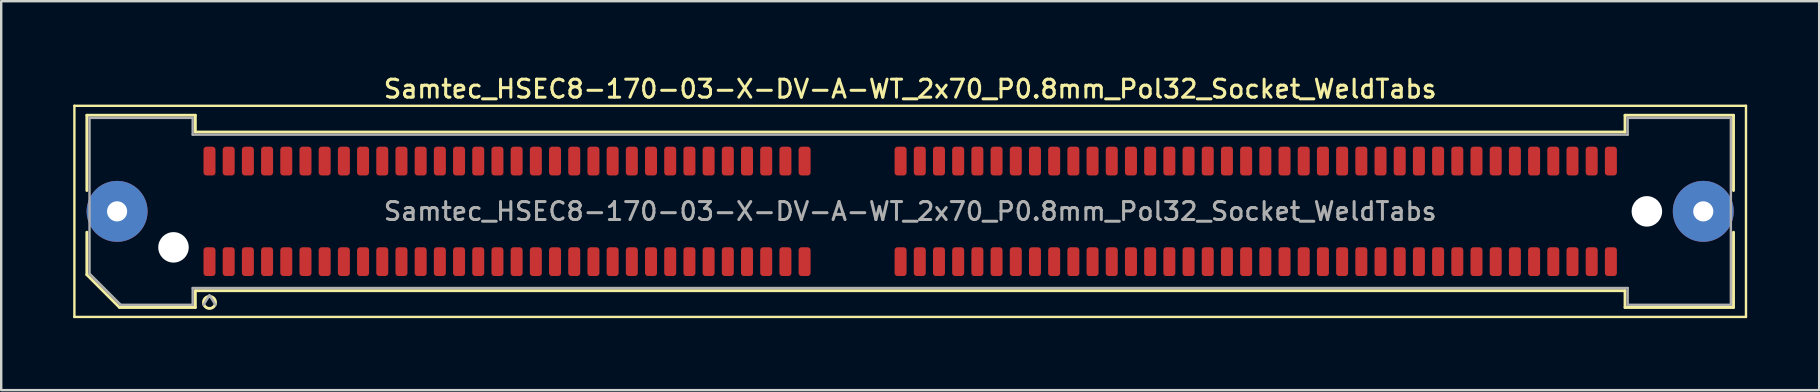
<source format=kicad_pcb>
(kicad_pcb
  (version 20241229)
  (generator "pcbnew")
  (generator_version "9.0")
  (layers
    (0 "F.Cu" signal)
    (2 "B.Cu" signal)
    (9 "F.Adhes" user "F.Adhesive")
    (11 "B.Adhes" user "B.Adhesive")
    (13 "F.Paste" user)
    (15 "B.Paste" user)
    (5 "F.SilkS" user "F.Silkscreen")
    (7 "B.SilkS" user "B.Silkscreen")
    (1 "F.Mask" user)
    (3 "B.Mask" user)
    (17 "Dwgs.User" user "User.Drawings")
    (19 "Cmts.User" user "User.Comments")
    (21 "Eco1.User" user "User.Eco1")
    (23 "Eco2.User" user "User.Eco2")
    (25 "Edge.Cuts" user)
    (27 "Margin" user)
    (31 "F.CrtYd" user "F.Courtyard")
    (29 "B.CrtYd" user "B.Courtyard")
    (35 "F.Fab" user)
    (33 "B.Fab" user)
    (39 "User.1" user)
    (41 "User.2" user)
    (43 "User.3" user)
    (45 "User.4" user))
  (footprint "Samtec_HSEC8-170-03-X-DV-A-WT_2x70_P0.8mm_Pol32_Socket_WeldTabs"
    (layer "F.Cu")
    (at 34.88 5.758)
    (property "Reference" "Samtec_HSEC8-170-03-X-DV-A-WT_2x70_P0.8mm_Pol32_Socket_WeldTabs" (at 0 -5.1 0) (layer "F.SilkS") (effects (font (size 0.75 0.75) (thickness 0.125))))
    (attr smd)
    (fp_line (start -34.83 -4.4) (end -34.83 4.4) (stroke (width 0.1) (type solid)) (layer "F.SilkS"))
    (fp_line (start -34.83 4.4) (end 34.83 4.4) (stroke (width 0.1) (type solid)) (layer "F.SilkS"))
    (fp_line (start -34.31 -4.005) (end -29.79 -4.005) (stroke (width 0.12) (type solid)) (layer "F.SilkS"))
    (fp_line (start -34.31 -0.868) (end -34.31 -4.005) (stroke (width 0.12) (type solid)) (layer "F.SilkS"))
    (fp_line (start -34.31 2.641) (end -34.31 0.868) (stroke (width 0.12) (type solid)) (layer "F.SilkS"))
    (fp_line (start -32.946 4.005) (end -34.31 2.641) (stroke (width 0.12) (type solid)) (layer "F.SilkS"))
    (fp_line (start -29.79 -4.005) (end -29.79 -3.305) (stroke (width 0.12) (type solid)) (layer "F.SilkS"))
    (fp_line (start -29.79 -3.305) (end 29.79 -3.305) (stroke (width 0.12) (type solid)) (layer "F.SilkS"))
    (fp_line (start -29.79 3.305) (end -29.79 4.005) (stroke (width 0.12) (type solid)) (layer "F.SilkS"))
    (fp_line (start -29.79 4.005) (end -32.946 4.005) (stroke (width 0.12) (type solid)) (layer "F.SilkS"))
    (fp_line (start 29.79 -4.005) (end 34.31 -4.005) (stroke (width 0.12) (type solid)) (layer "F.SilkS"))
    (fp_line (start 29.79 -3.305) (end 29.79 -4.005) (stroke (width 0.12) (type solid)) (layer "F.SilkS"))
    (fp_line (start 29.79 3.305) (end -29.79 3.305) (stroke (width 0.12) (type solid)) (layer "F.SilkS"))
    (fp_line (start 29.79 4.005) (end 29.79 3.305) (stroke (width 0.12) (type solid)) (layer "F.SilkS"))
    (fp_line (start 34.31 -4.005) (end 34.31 -0.868) (stroke (width 0.12) (type solid)) (layer "F.SilkS"))
    (fp_line (start 34.31 0.868) (end 34.31 4.005) (stroke (width 0.12) (type solid)) (layer "F.SilkS"))
    (fp_line (start 34.31 4.005) (end 29.79 4.005) (stroke (width 0.12) (type solid)) (layer "F.SilkS"))
    (fp_line (start 34.83 -4.4) (end -34.83 -4.4) (stroke (width 0.1) (type solid)) (layer "F.SilkS"))
    (fp_line (start 34.83 4.4) (end 34.83 -4.4) (stroke (width 0.1) (type solid)) (layer "F.SilkS"))
    (fp_arc (start -28.95 3.795) (mid -29.45 3.795) (end -28.95 3.795) (stroke (width 0.12) (type solid)) (layer "F.SilkS"))
    (fp_line (start -34.2 -3.895) (end -29.9 -3.895) (stroke (width 0.1) (type solid)) (layer "F.Fab"))
    (fp_line (start -34.2 2.595) (end -34.2 -3.895) (stroke (width 0.1) (type solid)) (layer "F.Fab"))
    (fp_line (start -32.9 3.895) (end -34.2 2.595) (stroke (width 0.1) (type solid)) (layer "F.Fab"))
    (fp_line (start -29.9 -3.895) (end -29.9 -3.195) (stroke (width 0.1) (type solid)) (layer "F.Fab"))
    (fp_line (start -29.9 -3.195) (end 29.9 -3.195) (stroke (width 0.1) (type solid)) (layer "F.Fab"))
    (fp_line (start -29.9 3.195) (end -29.9 3.895) (stroke (width 0.1) (type solid)) (layer "F.Fab"))
    (fp_line (start -29.9 3.895) (end -32.9 3.895) (stroke (width 0.1) (type solid)) (layer "F.Fab"))
    (fp_line (start -29.2 3.495) (end -29.45 3.895) (stroke (width 0.1) (type solid)) (layer "F.Fab"))
    (fp_line (start -29.2 3.495) (end -28.95 3.895) (stroke (width 0.1) (type solid)) (layer "F.Fab"))
    (fp_line (start 29.9 -3.895) (end 34.2 -3.895) (stroke (width 0.1) (type solid)) (layer "F.Fab"))
    (fp_line (start 29.9 -3.195) (end 29.9 -3.895) (stroke (width 0.1) (type solid)) (layer "F.Fab"))
    (fp_line (start 29.9 3.195) (end -29.9 3.195) (stroke (width 0.1) (type solid)) (layer "F.Fab"))
    (fp_line (start 29.9 3.895) (end 29.9 3.195) (stroke (width 0.1) (type solid)) (layer "F.Fab"))
    (fp_line (start 34.2 -3.895) (end 34.2 3.895) (stroke (width 0.1) (type solid)) (layer "F.Fab"))
    (fp_line (start 34.2 3.895) (end 29.9 3.895) (stroke (width 0.1) (type solid)) (layer "F.Fab"))
    (fp_text user "${REFERENCE}" (at 0 0 0) (layer "F.Fab") (effects (font (size 0.75 0.75) (thickness 0.125))))
    (pad "" thru_hole circle (at -33.05 0) (size 2.54 2.54) (drill 0.84) (layers "*.Cu" "*.Mask" "F.Paste"))
    (pad "" np_thru_hole circle (at -30.7 1.5) (size 1.27 1.27) (drill 1.27) (layers "*.Cu" "*.Mask"))
    (pad "" np_thru_hole circle (at 30.7 0) (size 1.27 1.27) (drill 1.27) (layers "*.Cu" "*.Mask"))
    (pad "" thru_hole circle (at 33.05 0) (size 2.54 2.54) (drill 0.84) (layers "*.Cu" "*.Mask" "F.Paste"))
    (pad "1" smd roundrect (at -29.2 2.095) (size 0.5 1.2) (layers "F.Cu" "F.Mask" "F.Paste") (roundrect_rratio 0.25))
    (pad "2" smd roundrect (at -29.2 -2.095) (size 0.5 1.2) (layers "F.Cu" "F.Mask" "F.Paste") (roundrect_rratio 0.25))
    (pad "3" smd roundrect (at -28.4 2.095) (size 0.5 1.2) (layers "F.Cu" "F.Mask" "F.Paste") (roundrect_rratio 0.25))
    (pad "4" smd roundrect (at -28.4 -2.095) (size 0.5 1.2) (layers "F.Cu" "F.Mask" "F.Paste") (roundrect_rratio 0.25))
    (pad "5" smd roundrect (at -27.6 2.095) (size 0.5 1.2) (layers "F.Cu" "F.Mask" "F.Paste") (roundrect_rratio 0.25))
    (pad "6" smd roundrect (at -27.6 -2.095) (size 0.5 1.2) (layers "F.Cu" "F.Mask" "F.Paste") (roundrect_rratio 0.25))
    (pad "7" smd roundrect (at -26.8 2.095) (size 0.5 1.2) (layers "F.Cu" "F.Mask" "F.Paste") (roundrect_rratio 0.25))
    (pad "8" smd roundrect (at -26.8 -2.095) (size 0.5 1.2) (layers "F.Cu" "F.Mask" "F.Paste") (roundrect_rratio 0.25))
    (pad "9" smd roundrect (at -26 2.095) (size 0.5 1.2) (layers "F.Cu" "F.Mask" "F.Paste") (roundrect_rratio 0.25))
    (pad "10" smd roundrect (at -26 -2.095) (size 0.5 1.2) (layers "F.Cu" "F.Mask" "F.Paste") (roundrect_rratio 0.25))
    (pad "11" smd roundrect (at -25.2 2.095) (size 0.5 1.2) (layers "F.Cu" "F.Mask" "F.Paste") (roundrect_rratio 0.25))
    (pad "12" smd roundrect (at -25.2 -2.095) (size 0.5 1.2) (layers "F.Cu" "F.Mask" "F.Paste") (roundrect_rratio 0.25))
    (pad "13" smd roundrect (at -24.4 2.095) (size 0.5 1.2) (layers "F.Cu" "F.Mask" "F.Paste") (roundrect_rratio 0.25))
    (pad "14" smd roundrect (at -24.4 -2.095) (size 0.5 1.2) (layers "F.Cu" "F.Mask" "F.Paste") (roundrect_rratio 0.25))
    (pad "15" smd roundrect (at -23.6 2.095) (size 0.5 1.2) (layers "F.Cu" "F.Mask" "F.Paste") (roundrect_rratio 0.25))
    (pad "16" smd roundrect (at -23.6 -2.095) (size 0.5 1.2) (layers "F.Cu" "F.Mask" "F.Paste") (roundrect_rratio 0.25))
    (pad "17" smd roundrect (at -22.8 2.095) (size 0.5 1.2) (layers "F.Cu" "F.Mask" "F.Paste") (roundrect_rratio 0.25))
    (pad "18" smd roundrect (at -22.8 -2.095) (size 0.5 1.2) (layers "F.Cu" "F.Mask" "F.Paste") (roundrect_rratio 0.25))
    (pad "19" smd roundrect (at -22 2.095) (size 0.5 1.2) (layers "F.Cu" "F.Mask" "F.Paste") (roundrect_rratio 0.25))
    (pad "20" smd roundrect (at -22 -2.095) (size 0.5 1.2) (layers "F.Cu" "F.Mask" "F.Paste") (roundrect_rratio 0.25))
    (pad "21" smd roundrect (at -21.2 2.095) (size 0.5 1.2) (layers "F.Cu" "F.Mask" "F.Paste") (roundrect_rratio 0.25))
    (pad "22" smd roundrect (at -21.2 -2.095) (size 0.5 1.2) (layers "F.Cu" "F.Mask" "F.Paste") (roundrect_rratio 0.25))
    (pad "23" smd roundrect (at -20.4 2.095) (size 0.5 1.2) (layers "F.Cu" "F.Mask" "F.Paste") (roundrect_rratio 0.25))
    (pad "24" smd roundrect (at -20.4 -2.095) (size 0.5 1.2) (layers "F.Cu" "F.Mask" "F.Paste") (roundrect_rratio 0.25))
    (pad "25" smd roundrect (at -19.6 2.095) (size 0.5 1.2) (layers "F.Cu" "F.Mask" "F.Paste") (roundrect_rratio 0.25))
    (pad "26" smd roundrect (at -19.6 -2.095) (size 0.5 1.2) (layers "F.Cu" "F.Mask" "F.Paste") (roundrect_rratio 0.25))
    (pad "27" smd roundrect (at -18.8 2.095) (size 0.5 1.2) (layers "F.Cu" "F.Mask" "F.Paste") (roundrect_rratio 0.25))
    (pad "28" smd roundrect (at -18.8 -2.095) (size 0.5 1.2) (layers "F.Cu" "F.Mask" "F.Paste") (roundrect_rratio 0.25))
    (pad "29" smd roundrect (at -18 2.095) (size 0.5 1.2) (layers "F.Cu" "F.Mask" "F.Paste") (roundrect_rratio 0.25))
    (pad "30" smd roundrect (at -18 -2.095) (size 0.5 1.2) (layers "F.Cu" "F.Mask" "F.Paste") (roundrect_rratio 0.25))
    (pad "31" smd roundrect (at -17.2 2.095) (size 0.5 1.2) (layers "F.Cu" "F.Mask" "F.Paste") (roundrect_rratio 0.25))
    (pad "32" smd roundrect (at -17.2 -2.095) (size 0.5 1.2) (layers "F.Cu" "F.Mask" "F.Paste") (roundrect_rratio 0.25))
    (pad "33" smd roundrect (at -16.4 2.095) (size 0.5 1.2) (layers "F.Cu" "F.Mask" "F.Paste") (roundrect_rratio 0.25))
    (pad "34" smd roundrect (at -16.4 -2.095) (size 0.5 1.2) (layers "F.Cu" "F.Mask" "F.Paste") (roundrect_rratio 0.25))
    (pad "35" smd roundrect (at -15.6 2.095) (size 0.5 1.2) (layers "F.Cu" "F.Mask" "F.Paste") (roundrect_rratio 0.25))
    (pad "36" smd roundrect (at -15.6 -2.095) (size 0.5 1.2) (layers "F.Cu" "F.Mask" "F.Paste") (roundrect_rratio 0.25))
    (pad "37" smd roundrect (at -14.8 2.095) (size 0.5 1.2) (layers "F.Cu" "F.Mask" "F.Paste") (roundrect_rratio 0.25))
    (pad "38" smd roundrect (at -14.8 -2.095) (size 0.5 1.2) (layers "F.Cu" "F.Mask" "F.Paste") (roundrect_rratio 0.25))
    (pad "39" smd roundrect (at -14 2.095) (size 0.5 1.2) (layers "F.Cu" "F.Mask" "F.Paste") (roundrect_rratio 0.25))
    (pad "40" smd roundrect (at -14 -2.095) (size 0.5 1.2) (layers "F.Cu" "F.Mask" "F.Paste") (roundrect_rratio 0.25))
    (pad "41" smd roundrect (at -13.2 2.095) (size 0.5 1.2) (layers "F.Cu" "F.Mask" "F.Paste") (roundrect_rratio 0.25))
    (pad "42" smd roundrect (at -13.2 -2.095) (size 0.5 1.2) (layers "F.Cu" "F.Mask" "F.Paste") (roundrect_rratio 0.25))
    (pad "43" smd roundrect (at -12.4 2.095) (size 0.5 1.2) (layers "F.Cu" "F.Mask" "F.Paste") (roundrect_rratio 0.25))
    (pad "44" smd roundrect (at -12.4 -2.095) (size 0.5 1.2) (layers "F.Cu" "F.Mask" "F.Paste") (roundrect_rratio 0.25))
    (pad "45" smd roundrect (at -11.6 2.095) (size 0.5 1.2) (layers "F.Cu" "F.Mask" "F.Paste") (roundrect_rratio 0.25))
    (pad "46" smd roundrect (at -11.6 -2.095) (size 0.5 1.2) (layers "F.Cu" "F.Mask" "F.Paste") (roundrect_rratio 0.25))
    (pad "47" smd roundrect (at -10.8 2.095) (size 0.5 1.2) (layers "F.Cu" "F.Mask" "F.Paste") (roundrect_rratio 0.25))
    (pad "48" smd roundrect (at -10.8 -2.095) (size 0.5 1.2) (layers "F.Cu" "F.Mask" "F.Paste") (roundrect_rratio 0.25))
    (pad "49" smd roundrect (at -10 2.095) (size 0.5 1.2) (layers "F.Cu" "F.Mask" "F.Paste") (roundrect_rratio 0.25))
    (pad "50" smd roundrect (at -10 -2.095) (size 0.5 1.2) (layers "F.Cu" "F.Mask" "F.Paste") (roundrect_rratio 0.25))
    (pad "51" smd roundrect (at -9.2 2.095) (size 0.5 1.2) (layers "F.Cu" "F.Mask" "F.Paste") (roundrect_rratio 0.25))
    (pad "52" smd roundrect (at -9.2 -2.095) (size 0.5 1.2) (layers "F.Cu" "F.Mask" "F.Paste") (roundrect_rratio 0.25))
    (pad "53" smd roundrect (at -8.4 2.095) (size 0.5 1.2) (layers "F.Cu" "F.Mask" "F.Paste") (roundrect_rratio 0.25))
    (pad "54" smd roundrect (at -8.4 -2.095) (size 0.5 1.2) (layers "F.Cu" "F.Mask" "F.Paste") (roundrect_rratio 0.25))
    (pad "55" smd roundrect (at -7.6 2.095) (size 0.5 1.2) (layers "F.Cu" "F.Mask" "F.Paste") (roundrect_rratio 0.25))
    (pad "56" smd roundrect (at -7.6 -2.095) (size 0.5 1.2) (layers "F.Cu" "F.Mask" "F.Paste") (roundrect_rratio 0.25))
    (pad "57" smd roundrect (at -6.8 2.095) (size 0.5 1.2) (layers "F.Cu" "F.Mask" "F.Paste") (roundrect_rratio 0.25))
    (pad "58" smd roundrect (at -6.8 -2.095) (size 0.5 1.2) (layers "F.Cu" "F.Mask" "F.Paste") (roundrect_rratio 0.25))
    (pad "59" smd roundrect (at -6 2.095) (size 0.5 1.2) (layers "F.Cu" "F.Mask" "F.Paste") (roundrect_rratio 0.25))
    (pad "60" smd roundrect (at -6 -2.095) (size 0.5 1.2) (layers "F.Cu" "F.Mask" "F.Paste") (roundrect_rratio 0.25))
    (pad "61" smd roundrect (at -5.2 2.095) (size 0.5 1.2) (layers "F.Cu" "F.Mask" "F.Paste") (roundrect_rratio 0.25))
    (pad "62" smd roundrect (at -5.2 -2.095) (size 0.5 1.2) (layers "F.Cu" "F.Mask" "F.Paste") (roundrect_rratio 0.25))
    (pad "63" smd roundrect (at -4.4 2.095) (size 0.5 1.2) (layers "F.Cu" "F.Mask" "F.Paste") (roundrect_rratio 0.25))
    (pad "64" smd roundrect (at -4.4 -2.095) (size 0.5 1.2) (layers "F.Cu" "F.Mask" "F.Paste") (roundrect_rratio 0.25))
    (pad "65" smd roundrect (at -0.4 2.095) (size 0.5 1.2) (layers "F.Cu" "F.Mask" "F.Paste") (roundrect_rratio 0.25))
    (pad "66" smd roundrect (at -0.4 -2.095) (size 0.5 1.2) (layers "F.Cu" "F.Mask" "F.Paste") (roundrect_rratio 0.25))
    (pad "67" smd roundrect (at 0.4 2.095) (size 0.5 1.2) (layers "F.Cu" "F.Mask" "F.Paste") (roundrect_rratio 0.25))
    (pad "68" smd roundrect (at 0.4 -2.095) (size 0.5 1.2) (layers "F.Cu" "F.Mask" "F.Paste") (roundrect_rratio 0.25))
    (pad "69" smd roundrect (at 1.2 2.095) (size 0.5 1.2) (layers "F.Cu" "F.Mask" "F.Paste") (roundrect_rratio 0.25))
    (pad "70" smd roundrect (at 1.2 -2.095) (size 0.5 1.2) (layers "F.Cu" "F.Mask" "F.Paste") (roundrect_rratio 0.25))
    (pad "71" smd roundrect (at 2 2.095) (size 0.5 1.2) (layers "F.Cu" "F.Mask" "F.Paste") (roundrect_rratio 0.25))
    (pad "72" smd roundrect (at 2 -2.095) (size 0.5 1.2) (layers "F.Cu" "F.Mask" "F.Paste") (roundrect_rratio 0.25))
    (pad "73" smd roundrect (at 2.8 2.095) (size 0.5 1.2) (layers "F.Cu" "F.Mask" "F.Paste") (roundrect_rratio 0.25))
    (pad "74" smd roundrect (at 2.8 -2.095) (size 0.5 1.2) (layers "F.Cu" "F.Mask" "F.Paste") (roundrect_rratio 0.25))
    (pad "75" smd roundrect (at 3.6 2.095) (size 0.5 1.2) (layers "F.Cu" "F.Mask" "F.Paste") (roundrect_rratio 0.25))
    (pad "76" smd roundrect (at 3.6 -2.095) (size 0.5 1.2) (layers "F.Cu" "F.Mask" "F.Paste") (roundrect_rratio 0.25))
    (pad "77" smd roundrect (at 4.4 2.095) (size 0.5 1.2) (layers "F.Cu" "F.Mask" "F.Paste") (roundrect_rratio 0.25))
    (pad "78" smd roundrect (at 4.4 -2.095) (size 0.5 1.2) (layers "F.Cu" "F.Mask" "F.Paste") (roundrect_rratio 0.25))
    (pad "79" smd roundrect (at 5.2 2.095) (size 0.5 1.2) (layers "F.Cu" "F.Mask" "F.Paste") (roundrect_rratio 0.25))
    (pad "80" smd roundrect (at 5.2 -2.095) (size 0.5 1.2) (layers "F.Cu" "F.Mask" "F.Paste") (roundrect_rratio 0.25))
    (pad "81" smd roundrect (at 6 2.095) (size 0.5 1.2) (layers "F.Cu" "F.Mask" "F.Paste") (roundrect_rratio 0.25))
    (pad "82" smd roundrect (at 6 -2.095) (size 0.5 1.2) (layers "F.Cu" "F.Mask" "F.Paste") (roundrect_rratio 0.25))
    (pad "83" smd roundrect (at 6.8 2.095) (size 0.5 1.2) (layers "F.Cu" "F.Mask" "F.Paste") (roundrect_rratio 0.25))
    (pad "84" smd roundrect (at 6.8 -2.095) (size 0.5 1.2) (layers "F.Cu" "F.Mask" "F.Paste") (roundrect_rratio 0.25))
    (pad "85" smd roundrect (at 7.6 2.095) (size 0.5 1.2) (layers "F.Cu" "F.Mask" "F.Paste") (roundrect_rratio 0.25))
    (pad "86" smd roundrect (at 7.6 -2.095) (size 0.5 1.2) (layers "F.Cu" "F.Mask" "F.Paste") (roundrect_rratio 0.25))
    (pad "87" smd roundrect (at 8.4 2.095) (size 0.5 1.2) (layers "F.Cu" "F.Mask" "F.Paste") (roundrect_rratio 0.25))
    (pad "88" smd roundrect (at 8.4 -2.095) (size 0.5 1.2) (layers "F.Cu" "F.Mask" "F.Paste") (roundrect_rratio 0.25))
    (pad "89" smd roundrect (at 9.2 2.095) (size 0.5 1.2) (layers "F.Cu" "F.Mask" "F.Paste") (roundrect_rratio 0.25))
    (pad "90" smd roundrect (at 9.2 -2.095) (size 0.5 1.2) (layers "F.Cu" "F.Mask" "F.Paste") (roundrect_rratio 0.25))
    (pad "91" smd roundrect (at 10 2.095) (size 0.5 1.2) (layers "F.Cu" "F.Mask" "F.Paste") (roundrect_rratio 0.25))
    (pad "92" smd roundrect (at 10 -2.095) (size 0.5 1.2) (layers "F.Cu" "F.Mask" "F.Paste") (roundrect_rratio 0.25))
    (pad "93" smd roundrect (at 10.8 2.095) (size 0.5 1.2) (layers "F.Cu" "F.Mask" "F.Paste") (roundrect_rratio 0.25))
    (pad "94" smd roundrect (at 10.8 -2.095) (size 0.5 1.2) (layers "F.Cu" "F.Mask" "F.Paste") (roundrect_rratio 0.25))
    (pad "95" smd roundrect (at 11.6 2.095) (size 0.5 1.2) (layers "F.Cu" "F.Mask" "F.Paste") (roundrect_rratio 0.25))
    (pad "96" smd roundrect (at 11.6 -2.095) (size 0.5 1.2) (layers "F.Cu" "F.Mask" "F.Paste") (roundrect_rratio 0.25))
    (pad "97" smd roundrect (at 12.4 2.095) (size 0.5 1.2) (layers "F.Cu" "F.Mask" "F.Paste") (roundrect_rratio 0.25))
    (pad "98" smd roundrect (at 12.4 -2.095) (size 0.5 1.2) (layers "F.Cu" "F.Mask" "F.Paste") (roundrect_rratio 0.25))
    (pad "99" smd roundrect (at 13.2 2.095) (size 0.5 1.2) (layers "F.Cu" "F.Mask" "F.Paste") (roundrect_rratio 0.25))
    (pad "100" smd roundrect (at 13.2 -2.095) (size 0.5 1.2) (layers "F.Cu" "F.Mask" "F.Paste") (roundrect_rratio 0.25))
    (pad "101" smd roundrect (at 14 2.095) (size 0.5 1.2) (layers "F.Cu" "F.Mask" "F.Paste") (roundrect_rratio 0.25))
    (pad "102" smd roundrect (at 14 -2.095) (size 0.5 1.2) (layers "F.Cu" "F.Mask" "F.Paste") (roundrect_rratio 0.25))
    (pad "103" smd roundrect (at 14.8 2.095) (size 0.5 1.2) (layers "F.Cu" "F.Mask" "F.Paste") (roundrect_rratio 0.25))
    (pad "104" smd roundrect (at 14.8 -2.095) (size 0.5 1.2) (layers "F.Cu" "F.Mask" "F.Paste") (roundrect_rratio 0.25))
    (pad "105" smd roundrect (at 15.6 2.095) (size 0.5 1.2) (layers "F.Cu" "F.Mask" "F.Paste") (roundrect_rratio 0.25))
    (pad "106" smd roundrect (at 15.6 -2.095) (size 0.5 1.2) (layers "F.Cu" "F.Mask" "F.Paste") (roundrect_rratio 0.25))
    (pad "107" smd roundrect (at 16.4 2.095) (size 0.5 1.2) (layers "F.Cu" "F.Mask" "F.Paste") (roundrect_rratio 0.25))
    (pad "108" smd roundrect (at 16.4 -2.095) (size 0.5 1.2) (layers "F.Cu" "F.Mask" "F.Paste") (roundrect_rratio 0.25))
    (pad "109" smd roundrect (at 17.2 2.095) (size 0.5 1.2) (layers "F.Cu" "F.Mask" "F.Paste") (roundrect_rratio 0.25))
    (pad "110" smd roundrect (at 17.2 -2.095) (size 0.5 1.2) (layers "F.Cu" "F.Mask" "F.Paste") (roundrect_rratio 0.25))
    (pad "111" smd roundrect (at 18 2.095) (size 0.5 1.2) (layers "F.Cu" "F.Mask" "F.Paste") (roundrect_rratio 0.25))
    (pad "112" smd roundrect (at 18 -2.095) (size 0.5 1.2) (layers "F.Cu" "F.Mask" "F.Paste") (roundrect_rratio 0.25))
    (pad "113" smd roundrect (at 18.8 2.095) (size 0.5 1.2) (layers "F.Cu" "F.Mask" "F.Paste") (roundrect_rratio 0.25))
    (pad "114" smd roundrect (at 18.8 -2.095) (size 0.5 1.2) (layers "F.Cu" "F.Mask" "F.Paste") (roundrect_rratio 0.25))
    (pad "115" smd roundrect (at 19.6 2.095) (size 0.5 1.2) (layers "F.Cu" "F.Mask" "F.Paste") (roundrect_rratio 0.25))
    (pad "116" smd roundrect (at 19.6 -2.095) (size 0.5 1.2) (layers "F.Cu" "F.Mask" "F.Paste") (roundrect_rratio 0.25))
    (pad "117" smd roundrect (at 20.4 2.095) (size 0.5 1.2) (layers "F.Cu" "F.Mask" "F.Paste") (roundrect_rratio 0.25))
    (pad "118" smd roundrect (at 20.4 -2.095) (size 0.5 1.2) (layers "F.Cu" "F.Mask" "F.Paste") (roundrect_rratio 0.25))
    (pad "119" smd roundrect (at 21.2 2.095) (size 0.5 1.2) (layers "F.Cu" "F.Mask" "F.Paste") (roundrect_rratio 0.25))
    (pad "120" smd roundrect (at 21.2 -2.095) (size 0.5 1.2) (layers "F.Cu" "F.Mask" "F.Paste") (roundrect_rratio 0.25))
    (pad "121" smd roundrect (at 22 2.095) (size 0.5 1.2) (layers "F.Cu" "F.Mask" "F.Paste") (roundrect_rratio 0.25))
    (pad "122" smd roundrect (at 22 -2.095) (size 0.5 1.2) (layers "F.Cu" "F.Mask" "F.Paste") (roundrect_rratio 0.25))
    (pad "123" smd roundrect (at 22.8 2.095) (size 0.5 1.2) (layers "F.Cu" "F.Mask" "F.Paste") (roundrect_rratio 0.25))
    (pad "124" smd roundrect (at 22.8 -2.095) (size 0.5 1.2) (layers "F.Cu" "F.Mask" "F.Paste") (roundrect_rratio 0.25))
    (pad "125" smd roundrect (at 23.6 2.095) (size 0.5 1.2) (layers "F.Cu" "F.Mask" "F.Paste") (roundrect_rratio 0.25))
    (pad "126" smd roundrect (at 23.6 -2.095) (size 0.5 1.2) (layers "F.Cu" "F.Mask" "F.Paste") (roundrect_rratio 0.25))
    (pad "127" smd roundrect (at 24.4 2.095) (size 0.5 1.2) (layers "F.Cu" "F.Mask" "F.Paste") (roundrect_rratio 0.25))
    (pad "128" smd roundrect (at 24.4 -2.095) (size 0.5 1.2) (layers "F.Cu" "F.Mask" "F.Paste") (roundrect_rratio 0.25))
    (pad "129" smd roundrect (at 25.2 2.095) (size 0.5 1.2) (layers "F.Cu" "F.Mask" "F.Paste") (roundrect_rratio 0.25))
    (pad "130" smd roundrect (at 25.2 -2.095) (size 0.5 1.2) (layers "F.Cu" "F.Mask" "F.Paste") (roundrect_rratio 0.25))
    (pad "131" smd roundrect (at 26 2.095) (size 0.5 1.2) (layers "F.Cu" "F.Mask" "F.Paste") (roundrect_rratio 0.25))
    (pad "132" smd roundrect (at 26 -2.095) (size 0.5 1.2) (layers "F.Cu" "F.Mask" "F.Paste") (roundrect_rratio 0.25))
    (pad "133" smd roundrect (at 26.8 2.095) (size 0.5 1.2) (layers "F.Cu" "F.Mask" "F.Paste") (roundrect_rratio 0.25))
    (pad "134" smd roundrect (at 26.8 -2.095) (size 0.5 1.2) (layers "F.Cu" "F.Mask" "F.Paste") (roundrect_rratio 0.25))
    (pad "135" smd roundrect (at 27.6 2.095) (size 0.5 1.2) (layers "F.Cu" "F.Mask" "F.Paste") (roundrect_rratio 0.25))
    (pad "136" smd roundrect (at 27.6 -2.095) (size 0.5 1.2) (layers "F.Cu" "F.Mask" "F.Paste") (roundrect_rratio 0.25))
    (pad "137" smd roundrect (at 28.4 2.095) (size 0.5 1.2) (layers "F.Cu" "F.Mask" "F.Paste") (roundrect_rratio 0.25))
    (pad "138" smd roundrect (at 28.4 -2.095) (size 0.5 1.2) (layers "F.Cu" "F.Mask" "F.Paste") (roundrect_rratio 0.25))
    (pad "139" smd roundrect (at 29.2 2.095) (size 0.5 1.2) (layers "F.Cu" "F.Mask" "F.Paste") (roundrect_rratio 0.25))
    (pad "140" smd roundrect (at 29.2 -2.095) (size 0.5 1.2) (layers "F.Cu" "F.Mask" "F.Paste") (roundrect_rratio 0.25)))
  (gr_rect
    (start -3 -3)
    (end 72.76 13.208)
    (stroke (width 0.1) (type default))
    (fill no)
    (layer "Edge.Cuts")))
</source>
